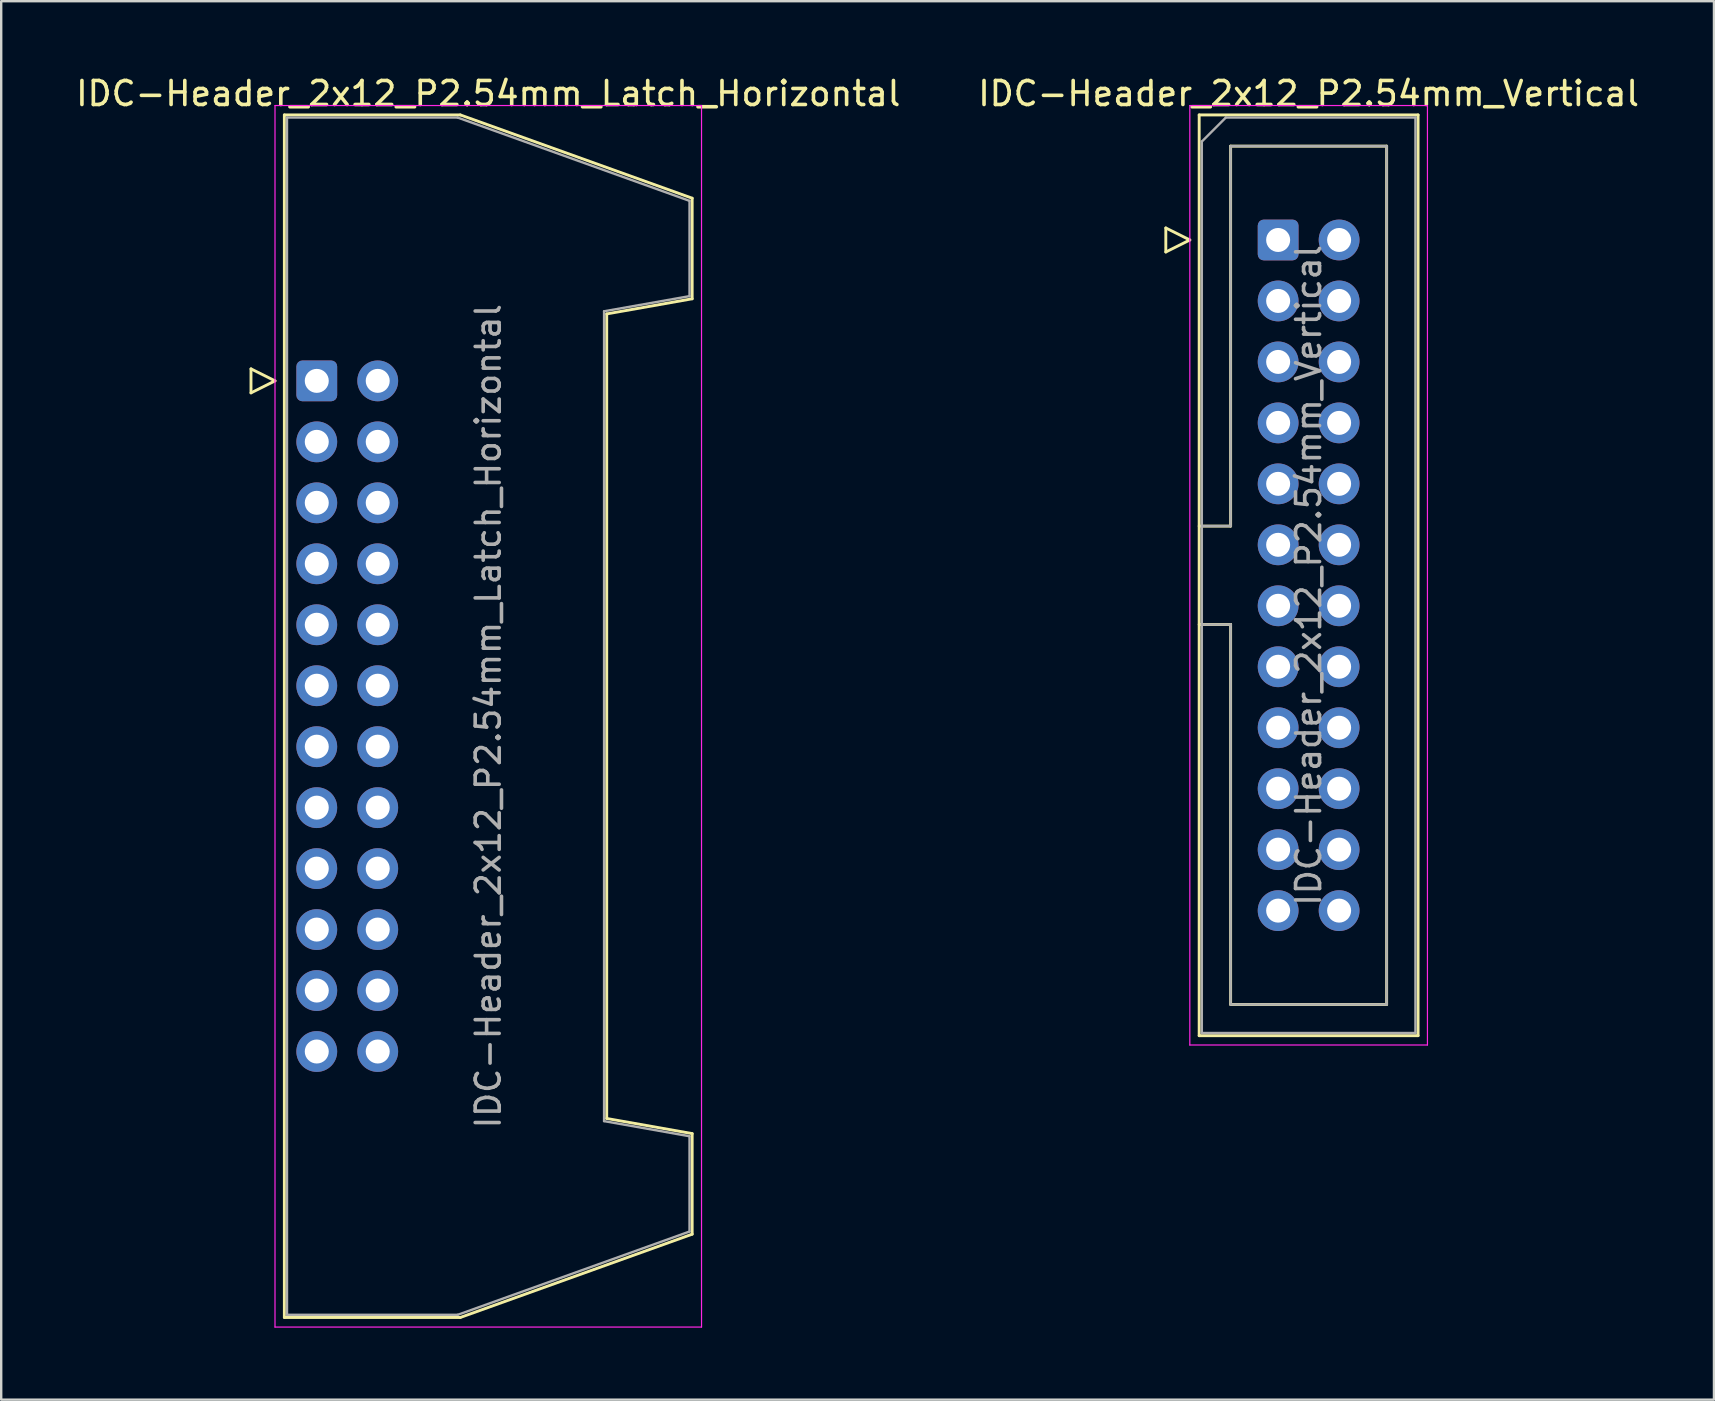
<source format=kicad_pcb>
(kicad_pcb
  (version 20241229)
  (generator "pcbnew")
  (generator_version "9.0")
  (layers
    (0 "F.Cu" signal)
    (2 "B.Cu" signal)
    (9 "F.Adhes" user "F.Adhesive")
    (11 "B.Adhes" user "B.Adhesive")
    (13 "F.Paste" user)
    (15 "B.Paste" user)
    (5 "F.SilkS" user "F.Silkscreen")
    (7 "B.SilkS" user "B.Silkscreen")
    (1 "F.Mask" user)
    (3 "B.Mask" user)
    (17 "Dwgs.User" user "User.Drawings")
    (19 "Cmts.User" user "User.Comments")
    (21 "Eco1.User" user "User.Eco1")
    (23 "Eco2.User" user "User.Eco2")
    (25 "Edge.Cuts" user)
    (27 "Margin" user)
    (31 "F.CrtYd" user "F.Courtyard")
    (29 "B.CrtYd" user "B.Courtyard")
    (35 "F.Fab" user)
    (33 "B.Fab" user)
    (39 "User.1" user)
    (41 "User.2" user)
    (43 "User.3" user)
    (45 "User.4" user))
  (footprint "IDC-Header_2x12_P2.54mm_Vertical"
    (layer "F.Cu")
    (at 50.2 6.948)
    (property "Reference" "IDC-Header_2x12_P2.54mm_Vertical" (at 1.27 -6.1 0) (layer "F.SilkS") (effects (font (size 1 1) (thickness 0.15))))
    (attr through_hole)
    (fp_line (start -4.68 -0.5) (end -4.68 0.5) (stroke (width 0.12) (type solid)) (layer "F.SilkS"))
    (fp_line (start -4.68 0.5) (end -3.68 0) (stroke (width 0.12) (type solid)) (layer "F.SilkS"))
    (fp_line (start -3.68 0) (end -4.68 -0.5) (stroke (width 0.12) (type solid)) (layer "F.SilkS"))
    (fp_line (start -3.29 -5.21) (end 5.83 -5.21) (stroke (width 0.12) (type solid)) (layer "F.SilkS"))
    (fp_line (start -3.29 11.92) (end -1.98 11.92) (stroke (width 0.12) (type solid)) (layer "F.SilkS"))
    (fp_line (start -3.29 33.15) (end -3.29 -5.21) (stroke (width 0.12) (type solid)) (layer "F.SilkS"))
    (fp_line (start -1.98 -3.91) (end 4.52 -3.91) (stroke (width 0.12) (type solid)) (layer "F.SilkS"))
    (fp_line (start -1.98 11.92) (end -1.98 -3.91) (stroke (width 0.12) (type solid)) (layer "F.SilkS"))
    (fp_line (start -1.98 16.02) (end -3.29 16.02) (stroke (width 0.12) (type solid)) (layer "F.SilkS"))
    (fp_line (start -1.98 16.02) (end -1.98 16.02) (stroke (width 0.12) (type solid)) (layer "F.SilkS"))
    (fp_line (start -1.98 31.85) (end -1.98 16.02) (stroke (width 0.12) (type solid)) (layer "F.SilkS"))
    (fp_line (start 4.52 -3.91) (end 4.52 31.85) (stroke (width 0.12) (type solid)) (layer "F.SilkS"))
    (fp_line (start 4.52 31.85) (end -1.98 31.85) (stroke (width 0.12) (type solid)) (layer "F.SilkS"))
    (fp_line (start 5.83 -5.21) (end 5.83 33.15) (stroke (width 0.12) (type solid)) (layer "F.SilkS"))
    (fp_line (start 5.83 33.15) (end -3.29 33.15) (stroke (width 0.12) (type solid)) (layer "F.SilkS"))
    (fp_line (start -3.68 -5.6) (end -3.68 33.54) (stroke (width 0.05) (type solid)) (layer "F.CrtYd"))
    (fp_line (start -3.68 33.54) (end 6.22 33.54) (stroke (width 0.05) (type solid)) (layer "F.CrtYd"))
    (fp_line (start 6.22 -5.6) (end -3.68 -5.6) (stroke (width 0.05) (type solid)) (layer "F.CrtYd"))
    (fp_line (start 6.22 33.54) (end 6.22 -5.6) (stroke (width 0.05) (type solid)) (layer "F.CrtYd"))
    (fp_line (start -3.18 -4.1) (end -2.18 -5.1) (stroke (width 0.1) (type solid)) (layer "F.Fab"))
    (fp_line (start -3.18 11.92) (end -1.98 11.92) (stroke (width 0.1) (type solid)) (layer "F.Fab"))
    (fp_line (start -3.18 33.04) (end -3.18 -4.1) (stroke (width 0.1) (type solid)) (layer "F.Fab"))
    (fp_line (start -2.18 -5.1) (end 5.72 -5.1) (stroke (width 0.1) (type solid)) (layer "F.Fab"))
    (fp_line (start -1.98 -3.91) (end 4.52 -3.91) (stroke (width 0.1) (type solid)) (layer "F.Fab"))
    (fp_line (start -1.98 11.92) (end -1.98 -3.91) (stroke (width 0.1) (type solid)) (layer "F.Fab"))
    (fp_line (start -1.98 16.02) (end -3.18 16.02) (stroke (width 0.1) (type solid)) (layer "F.Fab"))
    (fp_line (start -1.98 16.02) (end -1.98 16.02) (stroke (width 0.1) (type solid)) (layer "F.Fab"))
    (fp_line (start -1.98 31.85) (end -1.98 16.02) (stroke (width 0.1) (type solid)) (layer "F.Fab"))
    (fp_line (start 4.52 -3.91) (end 4.52 31.85) (stroke (width 0.1) (type solid)) (layer "F.Fab"))
    (fp_line (start 4.52 31.85) (end -1.98 31.85) (stroke (width 0.1) (type solid)) (layer "F.Fab"))
    (fp_line (start 5.72 -5.1) (end 5.72 33.04) (stroke (width 0.1) (type solid)) (layer "F.Fab"))
    (fp_line (start 5.72 33.04) (end -3.18 33.04) (stroke (width 0.1) (type solid)) (layer "F.Fab"))
    (fp_text user "${REFERENCE}" (at 1.27 13.97 90) (layer "F.Fab") (effects (font (size 1 1) (thickness 0.15))))
    (pad "1" thru_hole roundrect (at 0 0) (size 1.7 1.7) (drill 1) (layers "*.Cu" "*.Mask") (roundrect_rratio 0.147))
    (pad "2" thru_hole circle (at 2.54 0) (size 1.7 1.7) (drill 1) (layers "*.Cu" "*.Mask"))
    (pad "3" thru_hole circle (at 0 2.54) (size 1.7 1.7) (drill 1) (layers "*.Cu" "*.Mask"))
    (pad "4" thru_hole circle (at 2.54 2.54) (size 1.7 1.7) (drill 1) (layers "*.Cu" "*.Mask"))
    (pad "5" thru_hole circle (at 0 5.08) (size 1.7 1.7) (drill 1) (layers "*.Cu" "*.Mask"))
    (pad "6" thru_hole circle (at 2.54 5.08) (size 1.7 1.7) (drill 1) (layers "*.Cu" "*.Mask"))
    (pad "7" thru_hole circle (at 0 7.62) (size 1.7 1.7) (drill 1) (layers "*.Cu" "*.Mask"))
    (pad "8" thru_hole circle (at 2.54 7.62) (size 1.7 1.7) (drill 1) (layers "*.Cu" "*.Mask"))
    (pad "9" thru_hole circle (at 0 10.16) (size 1.7 1.7) (drill 1) (layers "*.Cu" "*.Mask"))
    (pad "10" thru_hole circle (at 2.54 10.16) (size 1.7 1.7) (drill 1) (layers "*.Cu" "*.Mask"))
    (pad "11" thru_hole circle (at 0 12.7) (size 1.7 1.7) (drill 1) (layers "*.Cu" "*.Mask"))
    (pad "12" thru_hole circle (at 2.54 12.7) (size 1.7 1.7) (drill 1) (layers "*.Cu" "*.Mask"))
    (pad "13" thru_hole circle (at 0 15.24) (size 1.7 1.7) (drill 1) (layers "*.Cu" "*.Mask"))
    (pad "14" thru_hole circle (at 2.54 15.24) (size 1.7 1.7) (drill 1) (layers "*.Cu" "*.Mask"))
    (pad "15" thru_hole circle (at 0 17.78) (size 1.7 1.7) (drill 1) (layers "*.Cu" "*.Mask"))
    (pad "16" thru_hole circle (at 2.54 17.78) (size 1.7 1.7) (drill 1) (layers "*.Cu" "*.Mask"))
    (pad "17" thru_hole circle (at 0 20.32) (size 1.7 1.7) (drill 1) (layers "*.Cu" "*.Mask"))
    (pad "18" thru_hole circle (at 2.54 20.32) (size 1.7 1.7) (drill 1) (layers "*.Cu" "*.Mask"))
    (pad "19" thru_hole circle (at 0 22.86) (size 1.7 1.7) (drill 1) (layers "*.Cu" "*.Mask"))
    (pad "20" thru_hole circle (at 2.54 22.86) (size 1.7 1.7) (drill 1) (layers "*.Cu" "*.Mask"))
    (pad "21" thru_hole circle (at 0 25.4) (size 1.7 1.7) (drill 1) (layers "*.Cu" "*.Mask"))
    (pad "22" thru_hole circle (at 2.54 25.4) (size 1.7 1.7) (drill 1) (layers "*.Cu" "*.Mask"))
    (pad "23" thru_hole circle (at 0 27.94) (size 1.7 1.7) (drill 1) (layers "*.Cu" "*.Mask"))
    (pad "24" thru_hole circle (at 2.54 27.94) (size 1.7 1.7) (drill 1) (layers "*.Cu" "*.Mask")))
  (footprint "IDC-Header_2x12_P2.54mm_Latch_Horizontal"
    (layer "F.Cu")
    (at 10.147 12.818)
    (property "Reference" "IDC-Header_2x12_P2.54mm_Latch_Horizontal" (at 7.145 -11.97 0) (layer "F.SilkS") (effects (font (size 1 1) (thickness 0.15))))
    (attr through_hole)
    (fp_line (start -2.74 -0.5) (end -2.74 0.5) (stroke (width 0.12) (type solid)) (layer "F.SilkS"))
    (fp_line (start -2.74 0.5) (end -1.74 0) (stroke (width 0.12) (type solid)) (layer "F.SilkS"))
    (fp_line (start -1.74 0) (end -2.74 -0.5) (stroke (width 0.12) (type solid)) (layer "F.SilkS"))
    (fp_line (start -1.35 -11.08) (end 5.98 -11.08) (stroke (width 0.12) (type solid)) (layer "F.SilkS"))
    (fp_line (start -1.35 39.02) (end -1.35 -11.08) (stroke (width 0.12) (type solid)) (layer "F.SilkS"))
    (fp_line (start 5.98 -11.08) (end 15.64 -7.61) (stroke (width 0.12) (type solid)) (layer "F.SilkS"))
    (fp_line (start 5.98 39.02) (end -1.35 39.02) (stroke (width 0.12) (type solid)) (layer "F.SilkS"))
    (fp_line (start 12.08 -2.79) (end 12.08 30.73) (stroke (width 0.12) (type solid)) (layer "F.SilkS"))
    (fp_line (start 12.08 30.73) (end 15.64 31.36) (stroke (width 0.12) (type solid)) (layer "F.SilkS"))
    (fp_line (start 15.64 -7.61) (end 15.64 -3.42) (stroke (width 0.12) (type solid)) (layer "F.SilkS"))
    (fp_line (start 15.64 -3.42) (end 12.08 -2.79) (stroke (width 0.12) (type solid)) (layer "F.SilkS"))
    (fp_line (start 15.64 31.36) (end 15.64 35.55) (stroke (width 0.12) (type solid)) (layer "F.SilkS"))
    (fp_line (start 15.64 35.55) (end 5.98 39.02) (stroke (width 0.12) (type solid)) (layer "F.SilkS"))
    (fp_line (start -1.74 -11.47) (end -1.74 39.42) (stroke (width 0.05) (type solid)) (layer "F.CrtYd"))
    (fp_line (start -1.74 39.42) (end 16.03 39.42) (stroke (width 0.05) (type solid)) (layer "F.CrtYd"))
    (fp_line (start 16.03 -11.47) (end -1.74 -11.47) (stroke (width 0.05) (type solid)) (layer "F.CrtYd"))
    (fp_line (start 16.03 39.42) (end 16.03 -11.47) (stroke (width 0.05) (type solid)) (layer "F.CrtYd"))
    (fp_line (start -1.24 -10.97) (end 5.87 -10.97) (stroke (width 0.1) (type solid)) (layer "F.Fab"))
    (fp_line (start -1.24 38.91) (end -1.24 -10.97) (stroke (width 0.1) (type solid)) (layer "F.Fab"))
    (fp_line (start 5.87 -10.97) (end 15.53 -7.5) (stroke (width 0.1) (type solid)) (layer "F.Fab"))
    (fp_line (start 5.87 38.91) (end -1.24 38.91) (stroke (width 0.1) (type solid)) (layer "F.Fab"))
    (fp_line (start 11.97 -2.9) (end 11.97 30.84) (stroke (width 0.1) (type solid)) (layer "F.Fab"))
    (fp_line (start 11.97 30.84) (end 15.53 31.47) (stroke (width 0.1) (type solid)) (layer "F.Fab"))
    (fp_line (start 15.53 -7.5) (end 15.53 -3.53) (stroke (width 0.1) (type solid)) (layer "F.Fab"))
    (fp_line (start 15.53 -3.53) (end 11.97 -2.9) (stroke (width 0.1) (type solid)) (layer "F.Fab"))
    (fp_line (start 15.53 31.47) (end 15.53 35.44) (stroke (width 0.1) (type solid)) (layer "F.Fab"))
    (fp_line (start 15.53 35.44) (end 5.87 38.91) (stroke (width 0.1) (type solid)) (layer "F.Fab"))
    (fp_text user "${REFERENCE}" (at 7.145 13.97 90) (layer "F.Fab") (effects (font (size 1 1) (thickness 0.15))))
    (pad "1" thru_hole roundrect (at 0 0) (size 1.7 1.7) (drill 1) (layers "*.Cu" "*.Mask") (roundrect_rratio 0.147))
    (pad "2" thru_hole circle (at 2.54 0) (size 1.7 1.7) (drill 1) (layers "*.Cu" "*.Mask"))
    (pad "3" thru_hole circle (at 0 2.54) (size 1.7 1.7) (drill 1) (layers "*.Cu" "*.Mask"))
    (pad "4" thru_hole circle (at 2.54 2.54) (size 1.7 1.7) (drill 1) (layers "*.Cu" "*.Mask"))
    (pad "5" thru_hole circle (at 0 5.08) (size 1.7 1.7) (drill 1) (layers "*.Cu" "*.Mask"))
    (pad "6" thru_hole circle (at 2.54 5.08) (size 1.7 1.7) (drill 1) (layers "*.Cu" "*.Mask"))
    (pad "7" thru_hole circle (at 0 7.62) (size 1.7 1.7) (drill 1) (layers "*.Cu" "*.Mask"))
    (pad "8" thru_hole circle (at 2.54 7.62) (size 1.7 1.7) (drill 1) (layers "*.Cu" "*.Mask"))
    (pad "9" thru_hole circle (at 0 10.16) (size 1.7 1.7) (drill 1) (layers "*.Cu" "*.Mask"))
    (pad "10" thru_hole circle (at 2.54 10.16) (size 1.7 1.7) (drill 1) (layers "*.Cu" "*.Mask"))
    (pad "11" thru_hole circle (at 0 12.7) (size 1.7 1.7) (drill 1) (layers "*.Cu" "*.Mask"))
    (pad "12" thru_hole circle (at 2.54 12.7) (size 1.7 1.7) (drill 1) (layers "*.Cu" "*.Mask"))
    (pad "13" thru_hole circle (at 0 15.24) (size 1.7 1.7) (drill 1) (layers "*.Cu" "*.Mask"))
    (pad "14" thru_hole circle (at 2.54 15.24) (size 1.7 1.7) (drill 1) (layers "*.Cu" "*.Mask"))
    (pad "15" thru_hole circle (at 0 17.78) (size 1.7 1.7) (drill 1) (layers "*.Cu" "*.Mask"))
    (pad "16" thru_hole circle (at 2.54 17.78) (size 1.7 1.7) (drill 1) (layers "*.Cu" "*.Mask"))
    (pad "17" thru_hole circle (at 0 20.32) (size 1.7 1.7) (drill 1) (layers "*.Cu" "*.Mask"))
    (pad "18" thru_hole circle (at 2.54 20.32) (size 1.7 1.7) (drill 1) (layers "*.Cu" "*.Mask"))
    (pad "19" thru_hole circle (at 0 22.86) (size 1.7 1.7) (drill 1) (layers "*.Cu" "*.Mask"))
    (pad "20" thru_hole circle (at 2.54 22.86) (size 1.7 1.7) (drill 1) (layers "*.Cu" "*.Mask"))
    (pad "21" thru_hole circle (at 0 25.4) (size 1.7 1.7) (drill 1) (layers "*.Cu" "*.Mask"))
    (pad "22" thru_hole circle (at 2.54 25.4) (size 1.7 1.7) (drill 1) (layers "*.Cu" "*.Mask"))
    (pad "23" thru_hole circle (at 0 27.94) (size 1.7 1.7) (drill 1) (layers "*.Cu" "*.Mask"))
    (pad "24" thru_hole circle (at 2.54 27.94) (size 1.7 1.7) (drill 1) (layers "*.Cu" "*.Mask")))
  (gr_rect
    (start -3 -3)
    (end 68.357 55.263)
    (stroke (width 0.1) (type default))
    (fill no)
    (layer "Edge.Cuts")))
</source>
